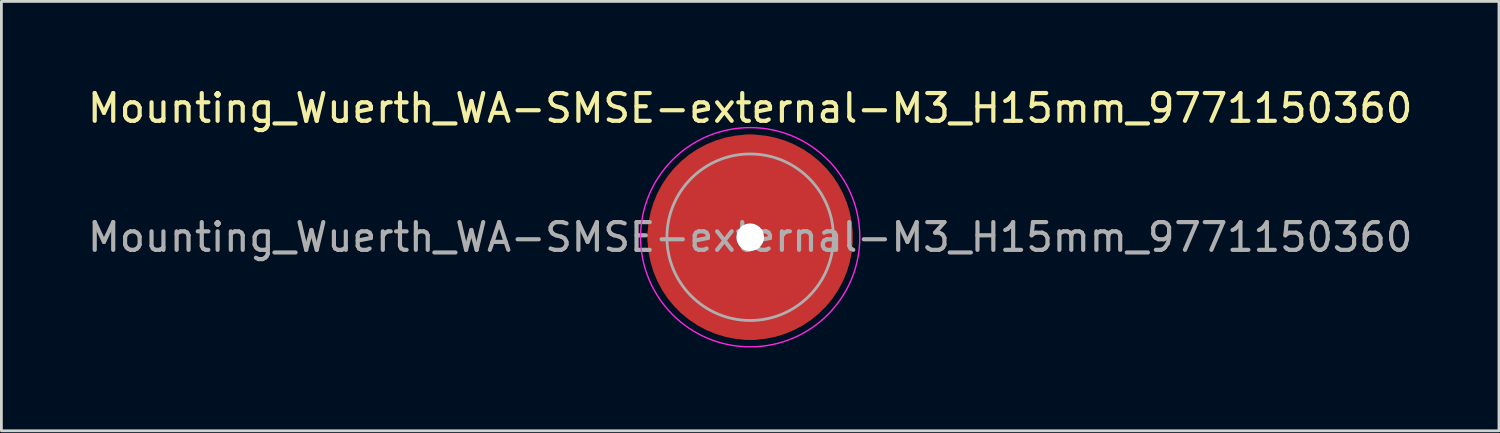
<source format=kicad_pcb>
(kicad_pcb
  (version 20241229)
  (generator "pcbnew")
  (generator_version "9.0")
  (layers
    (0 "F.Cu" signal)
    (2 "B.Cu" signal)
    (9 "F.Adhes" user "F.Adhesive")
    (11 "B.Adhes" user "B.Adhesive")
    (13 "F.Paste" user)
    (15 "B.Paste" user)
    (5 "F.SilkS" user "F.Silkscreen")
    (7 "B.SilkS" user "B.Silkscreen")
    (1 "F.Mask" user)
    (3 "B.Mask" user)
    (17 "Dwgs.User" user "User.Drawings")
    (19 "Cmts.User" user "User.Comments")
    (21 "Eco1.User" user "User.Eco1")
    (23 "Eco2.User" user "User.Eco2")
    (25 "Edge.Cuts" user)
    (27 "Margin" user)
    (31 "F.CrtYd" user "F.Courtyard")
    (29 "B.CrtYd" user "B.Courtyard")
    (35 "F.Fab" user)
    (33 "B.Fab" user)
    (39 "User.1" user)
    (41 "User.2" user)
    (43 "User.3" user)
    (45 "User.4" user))
  (footprint "Mounting_Wuerth_WA-SMSE-external-M3_H15mm_9771150360"
    (layer "F.Cu")
    (at 23.982 5.498)
    (property "Reference" "Mounting_Wuerth_WA-SMSE-external-M3_H15mm_9771150360" (at 0 -4.65 0) (layer "F.SilkS") (effects (font (size 1 1) (thickness 0.15))))
    (attr smd)
    (fp_circle (center 0 0) (end 3.95 0) (stroke (width 0.05) (type solid)) (fill no) (layer "F.CrtYd"))
    (fp_circle (center 0 0) (end 3 0) (stroke (width 0.1) (type solid)) (fill no) (layer "F.Fab"))
    (fp_text user "${REFERENCE}" (at 0 0 0) (layer "F.Fab") (effects (font (size 1 1) (thickness 0.15))))
    (pad "" smd custom (at 0 -2.1) (size 3 3) (layers "F.Paste") (options (anchor circle)) (primitives (gr_arc (start -0.429069 0.82) (mid 0 0.75) (end 0.429069 0.82) (width 1.5)) (gr_arc (start -1.664812 0.82) (mid 0 0) (end 1.664812 0.82) (width 1.5)) (gr_arc (start -2.54639 0.82) (mid 0 -0.75) (end 2.54639 0.82) (width 1.5)) (gr_line (start 0.429 0.82) (end 2.546 0.82) (width 1.5)) (gr_line (start -0.429 0.82) (end -2.546 0.82) (width 1.5))))
    (pad "" np_thru_hole circle (at 0 0) (size 1 1) (drill 1) (layers "*.Cu" "*.Mask"))
    (pad "" smd custom (at 0 2.1) (size 3 3) (layers "F.Paste") (options (anchor circle)) (primitives (gr_arc (start 0.429069 -0.82) (mid 0 -0.75) (end -0.429069 -0.82) (width 1.5)) (gr_arc (start 1.664812 -0.82) (mid 0 0) (end -1.664812 -0.82) (width 1.5)) (gr_arc (start 2.54639 -0.82) (mid 0 0.75) (end -2.54639 -0.82) (width 1.5)) (gr_line (start -0.429 -0.82) (end -2.546 -0.82) (width 1.5)) (gr_line (start 0.429 -0.82) (end 2.546 -0.82) (width 1.5))))
    (pad "1" smd circle (at -2.1 0) (size 3.2 3.2) (layers "F.Cu"))
    (pad "1" smd circle (at 0 -2.1) (size 3.2 3.2) (layers "F.Cu"))
    (pad "1" smd circle (at 0 2.1) (size 3.2 3.2) (layers "F.Cu"))
    (pad "1" smd custom (at 2.1 0) (size 3.2 3.2) (layers "F.Cu" "F.Mask") (options (anchor circle)) (primitives (gr_circle (center -2.1 0) (end 0 0) (width 3.2) (fill no)))))
  (gr_rect
    (start -3 -3)
    (end 50.964 12.473)
    (stroke (width 0.1) (type default))
    (fill no)
    (layer "Edge.Cuts")))
</source>
